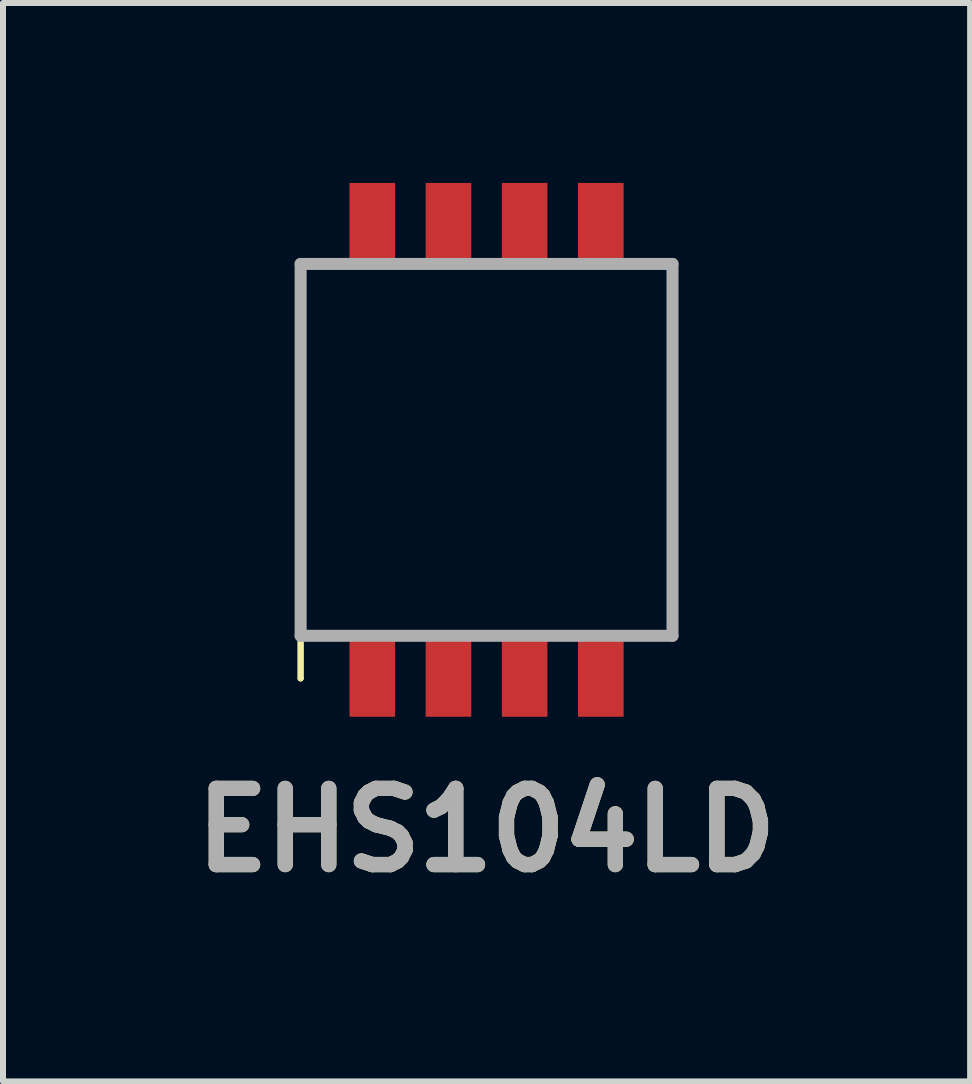
<source format=kicad_pcb>
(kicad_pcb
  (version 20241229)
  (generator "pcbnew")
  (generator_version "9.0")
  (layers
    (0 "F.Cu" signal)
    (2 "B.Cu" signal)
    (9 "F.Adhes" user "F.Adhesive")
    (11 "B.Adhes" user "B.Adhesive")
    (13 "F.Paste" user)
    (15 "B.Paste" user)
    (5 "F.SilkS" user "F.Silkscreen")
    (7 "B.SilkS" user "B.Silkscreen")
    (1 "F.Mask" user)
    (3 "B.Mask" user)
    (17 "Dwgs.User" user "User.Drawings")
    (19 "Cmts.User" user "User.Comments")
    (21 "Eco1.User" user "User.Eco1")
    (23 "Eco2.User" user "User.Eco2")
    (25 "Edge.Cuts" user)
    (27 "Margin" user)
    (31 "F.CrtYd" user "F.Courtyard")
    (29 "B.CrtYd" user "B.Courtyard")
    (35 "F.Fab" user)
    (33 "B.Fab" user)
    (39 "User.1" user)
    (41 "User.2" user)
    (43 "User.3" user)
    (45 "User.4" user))
  (footprint "EHS104LD"
    (layer "F.Cu")
    (at 8.237 8.26)
    (property "Reference" "EHS104LD" (at -3.175 2.53 0) (layer "F.SilkS") (effects (font (size 1.27 1.27) (thickness 0.254))))
    (attr smd)
    (fp_line (start -6.275 -6.91) (end -6.275 -6.91) (stroke (width 0.1) (type solid)) (layer "F.SilkS"))
    (fp_line (start -6.275 -6.91) (end -6.275 0) (stroke (width 0.1) (type solid)) (layer "F.SilkS"))
    (fp_line (start -6.275 0) (end -6.275 -6.91) (stroke (width 0.1) (type solid)) (layer "F.SilkS"))
    (fp_line (start -6.275 0) (end -6.275 0) (stroke (width 0.1) (type solid)) (layer "F.SilkS"))
    (fp_line (start -0.075 -6.91) (end -0.075 -6.91) (stroke (width 0.1) (type solid)) (layer "F.SilkS"))
    (fp_line (start -0.075 -6.91) (end -0.075 -0.71) (stroke (width 0.1) (type solid)) (layer "F.SilkS"))
    (fp_line (start -0.075 -0.71) (end -0.075 -6.91) (stroke (width 0.1) (type solid)) (layer "F.SilkS"))
    (fp_line (start -0.075 -0.71) (end -0.075 -0.71) (stroke (width 0.1) (type solid)) (layer "F.SilkS"))
    (fp_line (start -6.275 -6.91) (end -0.075 -6.91) (stroke (width 0.2) (type solid)) (layer "F.Fab"))
    (fp_line (start -6.275 -0.71) (end -6.275 -6.91) (stroke (width 0.2) (type solid)) (layer "F.Fab"))
    (fp_line (start -0.075 -6.91) (end -0.075 -0.71) (stroke (width 0.2) (type solid)) (layer "F.Fab"))
    (fp_line (start -0.075 -0.71) (end -6.275 -0.71) (stroke (width 0.2) (type solid)) (layer "F.Fab"))
    (fp_text user "${REFERENCE}" (at -3.175 2.53 0) (layer "F.Fab") (effects (font (size 1.27 1.27) (thickness 0.254))))
    (pad "1" smd rect (at -5.08 -0.01) (size 0.76 1.3) (layers "F.Cu" "F.Mask" "F.Paste"))
    (pad "2" smd rect (at -3.81 -0.01) (size 0.76 1.3) (layers "F.Cu" "F.Mask" "F.Paste"))
    (pad "3" smd rect (at -2.54 -0.01) (size 0.76 1.3) (layers "F.Cu" "F.Mask" "F.Paste"))
    (pad "4" smd rect (at -1.27 -0.01) (size 0.76 1.3) (layers "F.Cu" "F.Mask" "F.Paste"))
    (pad "5" smd rect (at -1.27 -7.61) (size 0.76 1.3) (layers "F.Cu" "F.Mask" "F.Paste"))
    (pad "6" smd rect (at -2.54 -7.61) (size 0.76 1.3) (layers "F.Cu" "F.Mask" "F.Paste"))
    (pad "7" smd rect (at -3.81 -7.61) (size 0.76 1.3) (layers "F.Cu" "F.Mask" "F.Paste"))
    (pad "8" smd rect (at -5.08 -7.61) (size 0.76 1.3) (layers "F.Cu" "F.Mask" "F.Paste")))
  (gr_rect
    (start -3 -3)
    (end 13.124 14.979)
    (stroke (width 0.1) (type default))
    (fill no)
    (layer "Edge.Cuts")))
</source>
